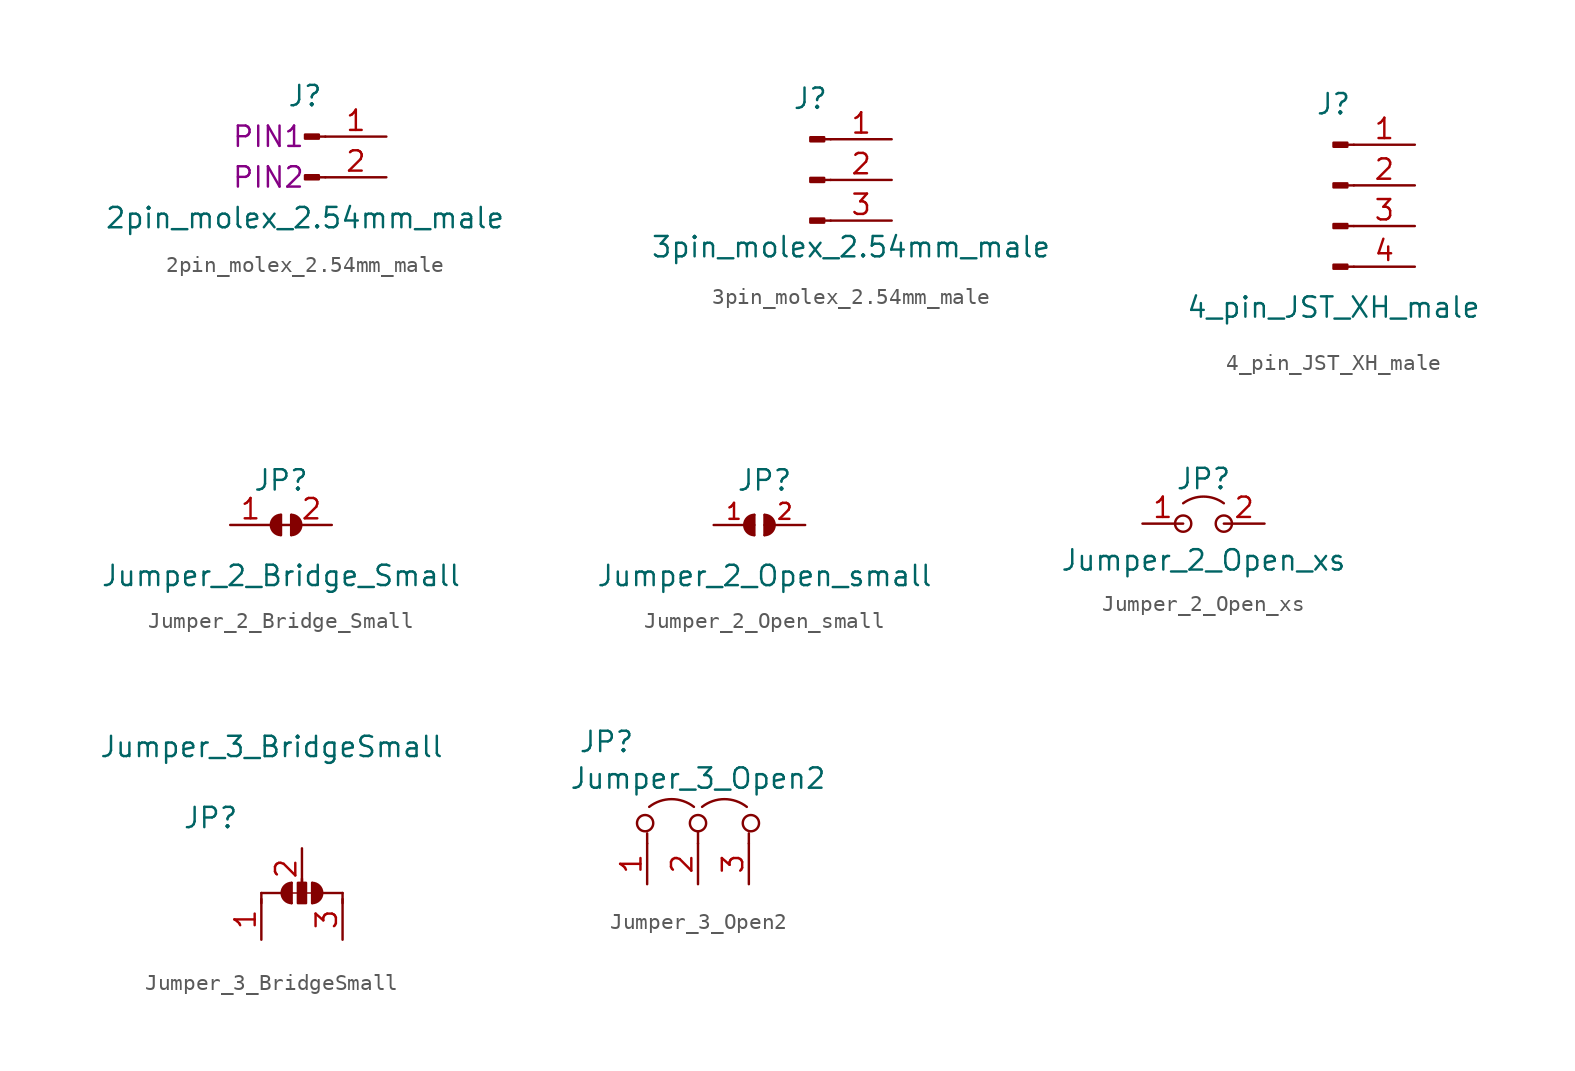
<source format=kicad_sym>
(kicad_symbol_lib
  (version 20220914)
  (generator kicad_symbol_editor)
  (symbol "2pin_molex_2.54mm_male"
    (pin_names
      (offset 1.016) hide)
    (property "Reference" "J"
      (at 0 2.54 0)
      (effects (font (size 1.27 1.27))))
    (property "Value" "2pin_molex_2.54mm_male"
      (at 0 -5.08 0)
      (effects (font (size 1.27 1.27))))
    (property "PIN1" "PIN1"
      (at -2.286 0 0)
      (effects (font (size 1.27 1.27))))
    (property "PIN2" "PIN2"
      (at -2.286 -2.54 0)
      (effects (font (size 1.27 1.27))))
    (symbol "2pin_molex_2.54mm_male_1_1"
      (polyline (pts (xy 1.27 -2.54) (xy 0.864 -2.54)) (stroke (width 0.152) (type default)) (fill (type none)))
      (polyline (pts (xy 1.27 0) (xy 0.864 0)) (stroke (width 0.152) (type default)) (fill (type none)))
      (rectangle (start 0.864 -2.413) (end 0 -2.667) (stroke (width 0.152) (type default)) (fill (type outline)))
      (rectangle (start 0.864 0.127) (end 0 -0.127) (stroke (width 0.152) (type default)) (fill (type outline)))
      (pin passive line (at 5.08 0 180) (length 3.81) (name "Pin_1" (effects (font (size 1.27 1.27)))) (number "1" (effects (font (size 1.27 1.27)))))
      (pin passive line (at 5.08 -2.54 180) (length 3.81) (name "Pin_2" (effects (font (size 1.27 1.27)))) (number "2" (effects (font (size 1.27 1.27)))))))
  (symbol "3pin_molex_2.54mm_male"
    (pin_names
      (offset 1.016) hide)
    (property "Reference" "J"
      (at 0 5.08 0)
      (effects (font (size 1.27 1.27))))
    (property "Value" "3pin_molex_2.54mm_male"
      (at 2.54 -4.191 0)
      (effects (font (size 1.27 1.27))))
    (symbol "3pin_molex_2.54mm_male_1_1"
      (polyline (pts (xy 1.27 -2.54) (xy 0.864 -2.54)) (stroke (width 0.152) (type default)) (fill (type none)))
      (polyline (pts (xy 1.27 0) (xy 0.864 0)) (stroke (width 0.152) (type default)) (fill (type none)))
      (polyline (pts (xy 1.27 2.54) (xy 0.864 2.54)) (stroke (width 0.152) (type default)) (fill (type none)))
      (rectangle (start 0.864 -2.413) (end 0 -2.667) (stroke (width 0.152) (type default)) (fill (type outline)))
      (rectangle (start 0.864 0.127) (end 0 -0.127) (stroke (width 0.152) (type default)) (fill (type outline)))
      (rectangle (start 0.864 2.667) (end 0 2.413) (stroke (width 0.152) (type default)) (fill (type outline)))
      (pin passive line (at 5.08 2.54 180) (length 3.81) (name "Pin_1" (effects (font (size 1.27 1.27)))) (number "1" (effects (font (size 1.27 1.27)))))
      (pin passive line (at 5.08 0 180) (length 3.81) (name "Pin_2" (effects (font (size 1.27 1.27)))) (number "2" (effects (font (size 1.27 1.27)))))
      (pin passive line (at 5.08 -2.54 180) (length 3.81) (name "Pin_3" (effects (font (size 1.27 1.27)))) (number "3" (effects (font (size 1.27 1.27)))))))
  (symbol "4_pin_JST_XH_male"
    (pin_names
      (offset 1.016) hide)
    (property "Reference" "J"
      (at 0 5.08 0)
      (effects (font (size 1.27 1.27))))
    (property "Value" "4_pin_JST_XH_male"
      (at 0 -7.62 0)
      (effects (font (size 1.27 1.27))))
    (symbol "4_pin_JST_XH_male_1_1"
      (polyline (pts (xy 1.27 -5.08) (xy 0.864 -5.08)) (stroke (width 0.152) (type default)) (fill (type none)))
      (polyline (pts (xy 1.27 -2.54) (xy 0.864 -2.54)) (stroke (width 0.152) (type default)) (fill (type none)))
      (polyline (pts (xy 1.27 0) (xy 0.864 0)) (stroke (width 0.152) (type default)) (fill (type none)))
      (polyline (pts (xy 1.27 2.54) (xy 0.864 2.54)) (stroke (width 0.152) (type default)) (fill (type none)))
      (rectangle (start 0.864 -4.953) (end 0 -5.207) (stroke (width 0.152) (type default)) (fill (type outline)))
      (rectangle (start 0.864 -2.413) (end 0 -2.667) (stroke (width 0.152) (type default)) (fill (type outline)))
      (rectangle (start 0.864 0.127) (end 0 -0.127) (stroke (width 0.152) (type default)) (fill (type outline)))
      (rectangle (start 0.864 2.667) (end 0 2.413) (stroke (width 0.152) (type default)) (fill (type outline)))
      (pin passive line (at 5.08 2.54 180) (length 3.81) (name "Pin_1" (effects (font (size 1.27 1.27)))) (number "1" (effects (font (size 1.27 1.27)))))
      (pin passive line (at 5.08 0 180) (length 3.81) (name "Pin_2" (effects (font (size 1.27 1.27)))) (number "2" (effects (font (size 1.27 1.27)))))
      (pin passive line (at 5.08 -2.54 180) (length 3.81) (name "Pin_3" (effects (font (size 1.27 1.27)))) (number "3" (effects (font (size 1.27 1.27)))))
      (pin passive line (at 5.08 -5.08 180) (length 3.81) (name "Pin_4" (effects (font (size 1.27 1.27)))) (number "4" (effects (font (size 1.27 1.27)))))))
  (symbol "Jumper_2_Bridge_Small"
    (pin_names
      (offset 0) hide)
    (property "Reference" "JP"
      (at 0 2.794 0)
      (effects (font (size 1.27 1.27))))
    (property "Value" "Jumper_2_Bridge_Small"
      (at 0 -3.175 0)
      (effects (font (size 1.27 1.27))))
    (symbol "Jumper_2_Bridge_Small_0_1"
      (arc (start -0.0042 0.6351) (mid -0.6351 0.0057) (end -0.0155 -0.6349) (stroke (width 0) (type default)) (fill (type outline)))
      (polyline (pts (xy -1.27 0) (xy 0 0)) (stroke (width 0.09) (type default)) (fill (type none)))
      (polyline (pts (xy 0 0) (xy 0.635 0)) (stroke (width 0) (type default)) (fill (type none)))
      (polyline (pts (xy 0 0.635) (xy 0 -0.635)) (stroke (width 0) (type default)) (fill (type none)))
      (polyline (pts (xy 0.635 0.635) (xy 0.635 -0.635)) (stroke (width 0) (type default)) (fill (type none)))
      (arc (start 0.6392 -0.6351) (mid 1.2701 -0.0057) (end 0.6505 0.6349) (stroke (width 0) (type default)) (fill (type outline))))
    (symbol "Jumper_2_Bridge_Small_1_1"
      (pin passive line (at -3.175 0 0) (length 2.54) (name "A" (effects (font (size 1.27 1.27)))) (number "1" (effects (font (size 1.27 1.27)))))
      (pin passive line (at 3.175 0 180) (length 2.54) (name "B" (effects (font (size 1.27 1.27)))) (number "2" (effects (font (size 1.27 1.27)))))))
  (symbol "Jumper_2_Open_small"
    (pin_names
      (offset 0) hide)
    (property "Reference" "JP"
      (at 0 2.794 0)
      (effects (font (size 1.27 1.27))))
    (property "Value" "Jumper_2_Open_small"
      (at 0 -3.175 0)
      (effects (font (size 1.27 1.27))))
    (symbol "Jumper_2_Open_small_0_1"
      (arc (start -0.635 0.635) (mid -1.2659 0.0056) (end -0.6463 -0.635) (stroke (width 0) (type default)) (fill (type outline)))
      (polyline (pts (xy -0.635 0.635) (xy -0.635 -0.635)) (stroke (width 0) (type default)) (fill (type none)))
      (polyline (pts (xy 0 0.635) (xy 0 -0.635)) (stroke (width 0) (type default)) (fill (type none)))
      (arc (start 0.0042 -0.6351) (mid 0.6351 -0.0057) (end 0.0155 0.6349) (stroke (width 0) (type default)) (fill (type outline))))
    (symbol "Jumper_2_Open_small_1_1"
      (pin passive line (at -3.175 0 0) (length 2.54) (name "A" (effects (font (size 1 1)))) (number "1" (effects (font (size 1 1)))))
      (pin passive line (at 2.54 0 180) (length 2.54) (name "B" (effects (font (size 1 1)))) (number "2" (effects (font (size 1 1)))))))
  (symbol "Jumper_2_Open_xs"
    (pin_names
      (offset 0) hide)
    (property "Reference" "JP"
      (at 0 2.794 0)
      (effects (font (size 1.27 1.27))))
    (property "Value" "Jumper_2_Open_xs"
      (at 0 -2.286 0)
      (effects (font (size 1.27 1.27))))
    (symbol "Jumper_2_Open_xs_0_0"
      (circle (center -1.27 0) (radius 0.508) (stroke (width 0) (type default)) (fill (type none)))
      (circle (center 1.27 0) (radius 0.508) (stroke (width 0) (type default)) (fill (type none))))
    (symbol "Jumper_2_Open_xs_0_1"
      (arc (start 1.27 1.27) (mid 0 1.6872) (end -1.27 1.27) (stroke (width 0) (type default)) (fill (type none))))
    (symbol "Jumper_2_Open_xs_1_1"
      (pin passive line (at -3.81 0 0) (length 2.54) (name "A" (effects (font (size 1.27 1.27)))) (number "1" (effects (font (size 1.27 1.27)))))
      (pin passive line (at 3.81 0 180) (length 2.54) (name "B" (effects (font (size 1.27 1.27)))) (number "2" (effects (font (size 1.27 1.27)))))))
  (symbol "Jumper_3_BridgeSmall"
    (pin_names
      (offset 0) hide)
    (property "Reference" "JP"
      (at -5.715 5.08 0)
      (effects (font (size 1.27 1.27))))
    (property "Value" "Jumper_3_BridgeSmall"
      (at -1.905 9.525 0)
      (effects (font (size 1.27 1.27))))
    (symbol "Jumper_3_BridgeSmall_0_1"
      (arc (start -0.6463 1.016) (mid -1.2701 0.381) (end -0.6463 -0.254) (stroke (width 0) (type default)) (fill (type outline)))
      (rectangle (start -0.254 1.016) (end 0.254 -0.254) (stroke (width 0) (type default)) (fill (type outline)))
      (polyline (pts (xy -2.54 0.381) (xy -2.54 -0.254)) (stroke (width 0) (type default)) (fill (type none)))
      (polyline (pts (xy -2.54 0.381) (xy -1.27 0.381)) (stroke (width 0) (type default)) (fill (type none)))
      (polyline (pts (xy -1.27 0.381) (xy 1.27 0.381)) (stroke (width 0.09) (type default)) (fill (type none)))
      (polyline (pts (xy -0.646 -0.254) (xy -0.646 1.016)) (stroke (width 0) (type default)) (fill (type none)))
      (polyline (pts (xy 0 1.27) (xy 0 0.508)) (stroke (width 0) (type default)) (fill (type none)))
      (polyline (pts (xy 0.635 1.016) (xy 0.635 -0.254)) (stroke (width 0) (type default)) (fill (type none)))
      (polyline (pts (xy 1.27 0.381) (xy 2.54 0.381)) (stroke (width 0) (type default)) (fill (type none)))
      (polyline (pts (xy 2.54 0.381) (xy 2.54 -0.254)) (stroke (width 0) (type default)) (fill (type none)))
      (arc (start 0.6463 -0.254) (mid 1.2701 0.381) (end 0.6463 1.016) (stroke (width 0) (type default)) (fill (type outline))))
    (symbol "Jumper_3_BridgeSmall_1_1"
      (pin passive line (at -2.54 -2.54 90) (length 2.54) (name "A" (effects (font (size 1.27 1.27)))) (number "1" (effects (font (size 1.27 1.27)))))
      (pin input line (at 0 3.175 270) (length 2.54) (name "C" (effects (font (size 1.27 1.27)))) (number "2" (effects (font (size 1.27 1.27)))))
      (pin passive line (at 2.54 -2.54 90) (length 2.54) (name "B" (effects (font (size 1.27 1.27)))) (number "3" (effects (font (size 1.27 1.27)))))))
  (symbol "Jumper_3_Open2"
    (pin_names
      (offset 0) hide)
    (property "Reference" "JP"
      (at -5.715 5.08 0)
      (effects (font (size 1.27 1.27))))
    (property "Value" "Jumper_3_Open2"
      (at 0 2.794 0)
      (effects (font (size 1.27 1.27))))
    (symbol "Jumper_3_Open2_0_0"
      (circle (center -3.302 0) (radius 0.508) (stroke (width 0) (type default)) (fill (type none)))
      (circle (center 0 0) (radius 0.508) (stroke (width 0) (type default)) (fill (type none)))
      (circle (center 3.302 0) (radius 0.508) (stroke (width 0) (type default)) (fill (type none))))
    (symbol "Jumper_3_Open2_0_1"
      (arc (start -0.254 1.016) (mid -1.651 1.4992) (end -3.048 1.016) (stroke (width 0) (type default)) (fill (type none)))
      (polyline (pts (xy -3.175 -1.27) (xy -3.175 -0.635)) (stroke (width 0) (type default)) (fill (type none)))
      (polyline (pts (xy 0 -0.508) (xy 0 -1.27)) (stroke (width 0) (type default)) (fill (type none)))
      (polyline (pts (xy 3.175 -1.27) (xy 3.175 -0.635)) (stroke (width 0) (type default)) (fill (type none)))
      (arc (start 3.048 1.016) (mid 1.651 1.4992) (end 0.254 1.016) (stroke (width 0) (type default)) (fill (type none))))
    (symbol "Jumper_3_Open2_1_1"
      (pin passive line (at -3.175 -3.81 90) (length 2.54) (name "A" (effects (font (size 1.27 1.27)))) (number "1" (effects (font (size 1.27 1.27)))))
      (pin input line (at 0 -3.81 90) (length 2.54) (name "C" (effects (font (size 1.27 1.27)))) (number "2" (effects (font (size 1.27 1.27)))))
      (pin passive line (at 3.175 -3.81 90) (length 2.54) (name "B" (effects (font (size 1.27 1.27)))) (number "3" (effects (font (size 1.27 1.27))))))))
</source>
